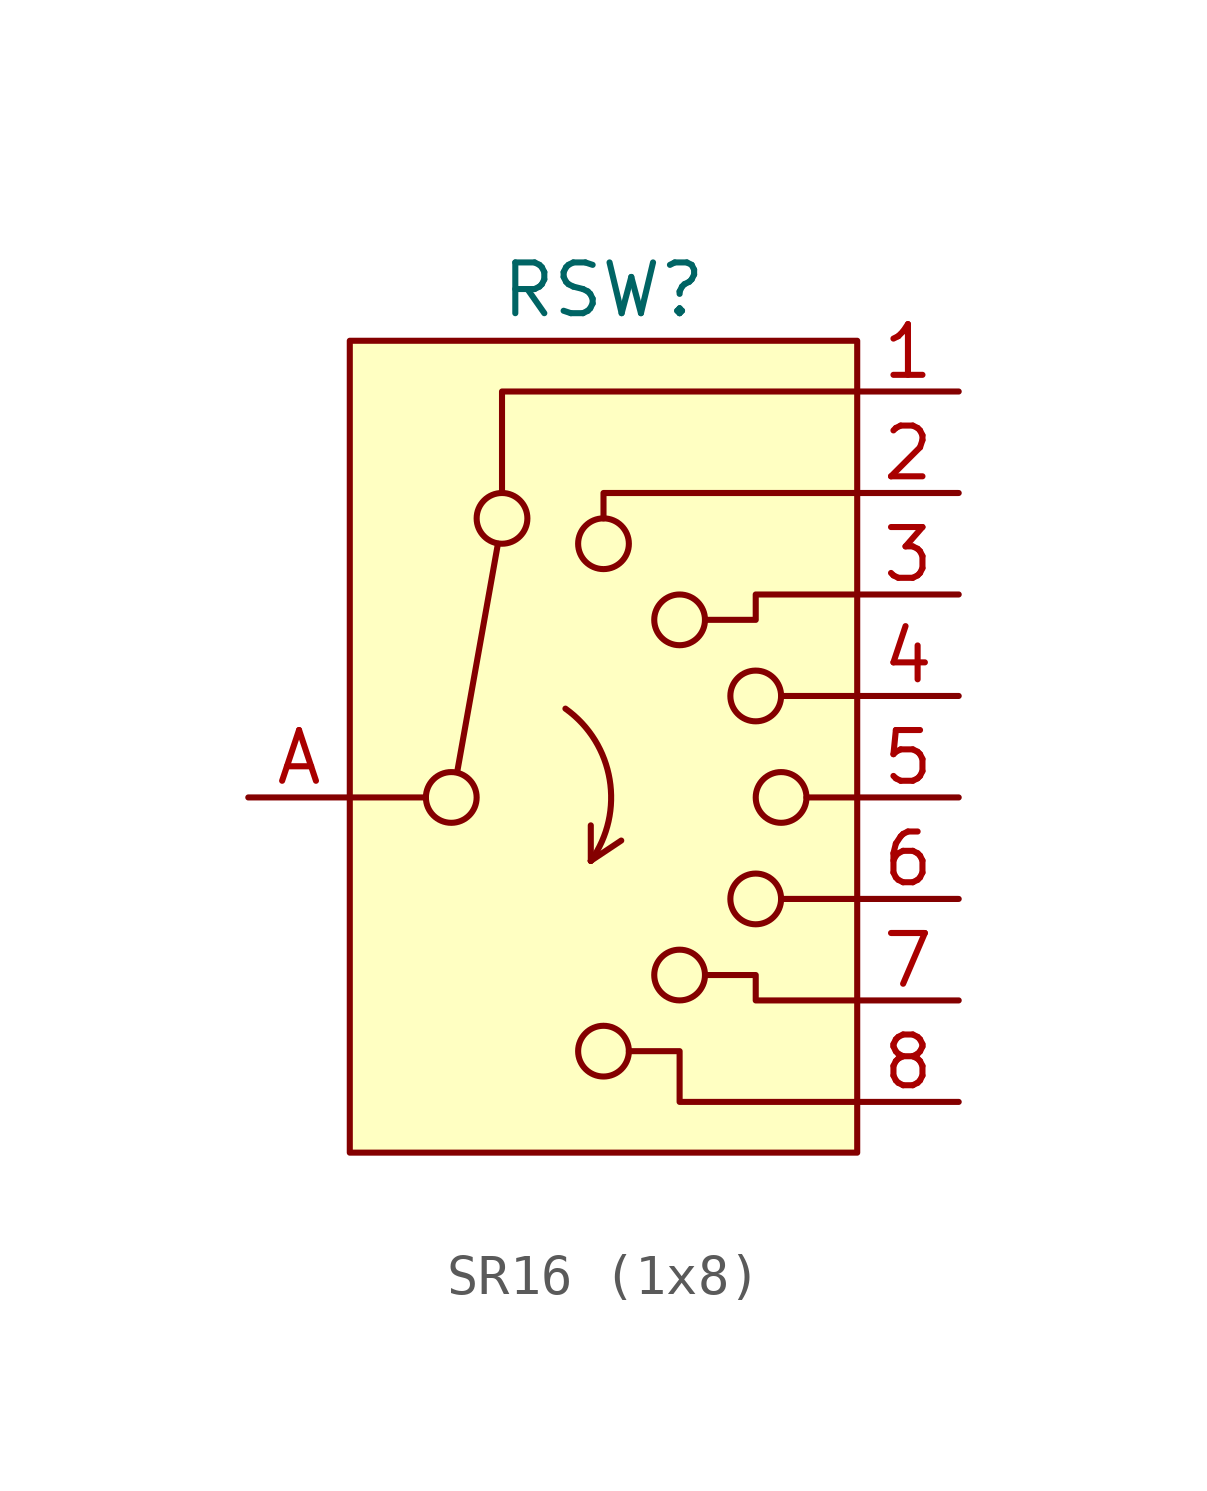
<source format=kicad_sym>
(kicad_symbol_lib
  (version 20231120)
  (generator "kicad_symbol_editor")
  (generator_version "8.0")
  (symbol "SR16 (1x8)"
    (property "Reference" "RSW"
      (at 0 12.7 0)
      (effects (font (size 1.27 1.27))))
    (property "Value" ""
      (at 0 0 0)
      (effects (font (size 1.27 1.27))))
    (symbol "SR16 (1x8)_0_1"
      (circle (center -3.81 0) (radius 0.635) (stroke (width 0) (type default)) (fill (type none)))
      (circle (center -2.54 6.985) (radius 0.635) (stroke (width 0) (type default)) (fill (type none)))
      (arc (start -0.3176 -1.5875) (mid 0.154 0.449) (end -0.9526 2.2225) (stroke (width 0) (type default)) (fill (type none)))
      (circle (center 0 -6.35) (radius 0.635) (stroke (width 0) (type default)) (fill (type none)))
      (polyline (pts (xy -6.35 0) (xy -4.445 0)) (stroke (width 0) (type default)) (fill (type none)))
      (polyline (pts (xy -3.658 0.66) (xy -2.642 6.35)) (stroke (width 0) (type default)) (fill (type none)))
      (polyline (pts (xy -0.318 -1.587) (xy -0.318 -1.587)) (stroke (width 0) (type default)) (fill (type none)))
      (polyline (pts (xy -0.318 -1.587) (xy -0.318 -0.699)) (stroke (width 0) (type default)) (fill (type none)))
      (polyline (pts (xy -0.318 -1.587) (xy 0.444 -1.079)) (stroke (width 0) (type default)) (fill (type none)))
      (polyline (pts (xy 6.35 -2.54) (xy 4.445 -2.54)) (stroke (width 0) (type default)) (fill (type none)))
      (polyline (pts (xy 6.35 0) (xy 5.08 0)) (stroke (width 0) (type default)) (fill (type none)))
      (polyline (pts (xy 6.35 2.54) (xy 4.445 2.54)) (stroke (width 0) (type default)) (fill (type none)))
      (polyline (pts (xy 6.35 -7.62) (xy 1.905 -7.62) (xy 1.905 -6.35) (xy 0.635 -6.35)) (stroke (width 0) (type default)) (fill (type none)))
      (polyline (pts (xy 6.35 -5.08) (xy 3.81 -5.08) (xy 3.81 -4.445) (xy 2.54 -4.445)) (stroke (width 0) (type default)) (fill (type none)))
      (polyline (pts (xy 6.35 5.08) (xy 3.81 5.08) (xy 3.81 4.445) (xy 2.54 4.445)) (stroke (width 0) (type default)) (fill (type none)))
      (polyline (pts (xy 6.35 7.62) (xy 0 7.62) (xy 0 7.62) (xy 0 6.985)) (stroke (width 0) (type default)) (fill (type none)))
      (circle (center 0 6.35) (radius 0.635) (stroke (width 0) (type default)) (fill (type none)))
      (circle (center 1.905 -4.445) (radius 0.635) (stroke (width 0) (type default)) (fill (type none)))
      (circle (center 1.905 4.445) (radius 0.635) (stroke (width 0) (type default)) (fill (type none)))
      (circle (center 3.81 -2.54) (radius 0.635) (stroke (width 0) (type default)) (fill (type none)))
      (circle (center 3.81 2.54) (radius 0.635) (stroke (width 0) (type default)) (fill (type none)))
      (circle (center 4.445 0) (radius 0.635) (stroke (width 0) (type default)) (fill (type none))))
    (symbol "SR16 (1x8)_1_1"
      (polyline (pts (xy 6.35 10.16) (xy -2.54 10.16) (xy -2.54 7.62)) (stroke (width 0) (type default)) (fill (type none)))
      (polyline (pts (xy -6.35 11.43) (xy 6.35 11.43) (xy 6.35 -8.89) (xy -6.35 -8.89) (xy -6.35 11.43) (xy -6.35 11.43)) (stroke (width 0) (type default)) (fill (type background)))
      (pin passive line (at 8.89 10.16 180) (length 2.54) (name "" (effects (font (size 1.27 1.27)))) (number "1" (effects (font (size 1.27 1.27)))))
      (pin passive line (at 8.89 7.62 180) (length 2.54) (name "" (effects (font (size 1.27 1.27)))) (number "2" (effects (font (size 1.27 1.27)))))
      (pin passive line (at 8.89 5.08 180) (length 2.54) (name "" (effects (font (size 1.27 1.27)))) (number "3" (effects (font (size 1.27 1.27)))))
      (pin passive line (at 8.89 2.54 180) (length 2.54) (name "" (effects (font (size 1.27 1.27)))) (number "4" (effects (font (size 1.27 1.27)))))
      (pin passive line (at 8.89 0 180) (length 2.54) (name "" (effects (font (size 1.27 1.27)))) (number "5" (effects (font (size 1.27 1.27)))))
      (pin passive line (at 8.89 -2.54 180) (length 2.54) (name "" (effects (font (size 1.27 1.27)))) (number "6" (effects (font (size 1.27 1.27)))))
      (pin passive line (at 8.89 -5.08 180) (length 2.54) (name "" (effects (font (size 1.27 1.27)))) (number "7" (effects (font (size 1.27 1.27)))))
      (pin passive line (at 8.89 -7.62 180) (length 2.54) (name "" (effects (font (size 1.27 1.27)))) (number "8" (effects (font (size 1.27 1.27)))))
      (pin passive line (at -8.89 0 0) (length 2.54) (name "" (effects (font (size 1.27 1.27)))) (number "A" (effects (font (size 1.27 1.27))))))))
</source>
